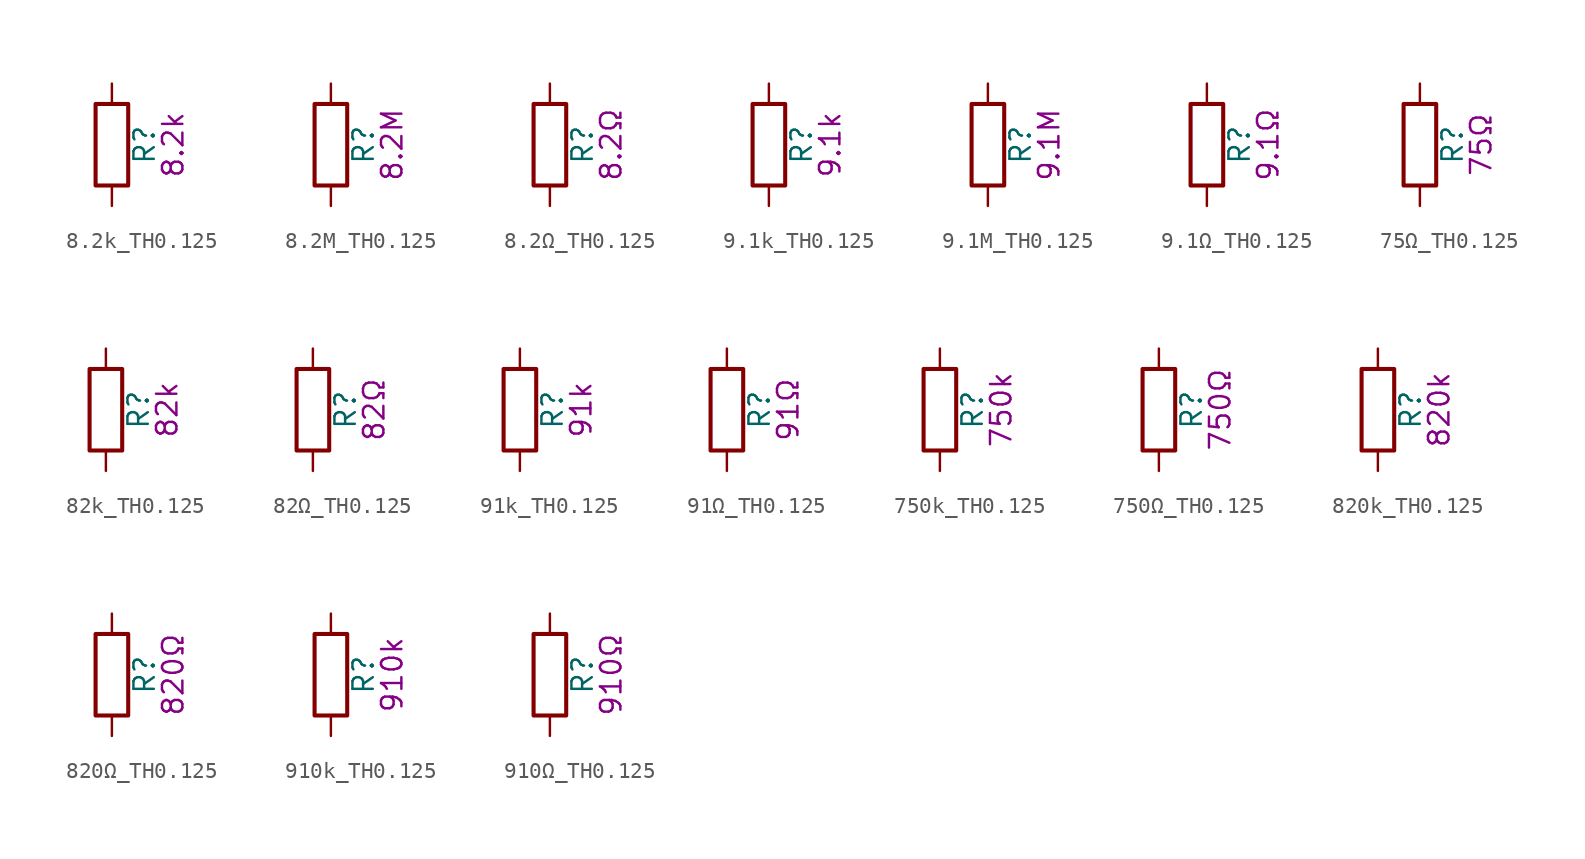
<source format=kicad_sym>
(kicad_symbol_lib
  (version 20211014)
  (generator kicad_symbol_editor)
  (symbol "8.2k_TH0.125"
    (pin_numbers hide)
    (pin_names
      (offset 0))
    (property "Reference" "R"
      (at 2.032 0 90)
      (effects (font (size 1.27 1.27))))
    (property "Display" "8.2k"
      (at 3.81 0 90)
      (effects (font (size 1.27 1.27))))
    (symbol "8.2k_TH0.125_0_1"
      (rectangle (start -1.016 -2.54) (end 1.016 2.54) (stroke (width 0.254) (type default) (color 0 0 0 0)) (fill (type none))))
    (symbol "8.2k_TH0.125_1_1"
      (pin passive line (at 0 3.81 270) (length 1.27) (name "~" (effects (font (size 1.27 1.27)))) (number "1" (effects (font (size 1.27 1.27)))))
      (pin passive line (at 0 -3.81 90) (length 1.27) (name "~" (effects (font (size 1.27 1.27)))) (number "2" (effects (font (size 1.27 1.27)))))))
  (symbol "8.2M_TH0.125"
    (pin_numbers hide)
    (pin_names
      (offset 0))
    (property "Reference" "R"
      (at 2.032 0 90)
      (effects (font (size 1.27 1.27))))
    (property "Display" "8.2M"
      (at 3.81 0 90)
      (effects (font (size 1.27 1.27))))
    (symbol "8.2M_TH0.125_0_1"
      (rectangle (start -1.016 -2.54) (end 1.016 2.54) (stroke (width 0.254) (type default) (color 0 0 0 0)) (fill (type none))))
    (symbol "8.2M_TH0.125_1_1"
      (pin passive line (at 0 3.81 270) (length 1.27) (name "~" (effects (font (size 1.27 1.27)))) (number "1" (effects (font (size 1.27 1.27)))))
      (pin passive line (at 0 -3.81 90) (length 1.27) (name "~" (effects (font (size 1.27 1.27)))) (number "2" (effects (font (size 1.27 1.27)))))))
  (symbol "8.2Ω_TH0.125"
    (pin_numbers hide)
    (pin_names
      (offset 0))
    (property "Reference" "R"
      (at 2.032 0 90)
      (effects (font (size 1.27 1.27))))
    (property "Display" "8.2Ω"
      (at 3.81 0 90)
      (effects (font (size 1.27 1.27))))
    (symbol "8.2Ω_TH0.125_0_1"
      (rectangle (start -1.016 -2.54) (end 1.016 2.54) (stroke (width 0.254) (type default) (color 0 0 0 0)) (fill (type none))))
    (symbol "8.2Ω_TH0.125_1_1"
      (pin passive line (at 0 3.81 270) (length 1.27) (name "~" (effects (font (size 1.27 1.27)))) (number "1" (effects (font (size 1.27 1.27)))))
      (pin passive line (at 0 -3.81 90) (length 1.27) (name "~" (effects (font (size 1.27 1.27)))) (number "2" (effects (font (size 1.27 1.27)))))))
  (symbol "9.1k_TH0.125"
    (pin_numbers hide)
    (pin_names
      (offset 0))
    (property "Reference" "R"
      (at 2.032 0 90)
      (effects (font (size 1.27 1.27))))
    (property "Display" "9.1k"
      (at 3.81 0 90)
      (effects (font (size 1.27 1.27))))
    (symbol "9.1k_TH0.125_0_1"
      (rectangle (start -1.016 -2.54) (end 1.016 2.54) (stroke (width 0.254) (type default) (color 0 0 0 0)) (fill (type none))))
    (symbol "9.1k_TH0.125_1_1"
      (pin passive line (at 0 3.81 270) (length 1.27) (name "~" (effects (font (size 1.27 1.27)))) (number "1" (effects (font (size 1.27 1.27)))))
      (pin passive line (at 0 -3.81 90) (length 1.27) (name "~" (effects (font (size 1.27 1.27)))) (number "2" (effects (font (size 1.27 1.27)))))))
  (symbol "9.1M_TH0.125"
    (pin_numbers hide)
    (pin_names
      (offset 0))
    (property "Reference" "R"
      (at 2.032 0 90)
      (effects (font (size 1.27 1.27))))
    (property "Display" "9.1M"
      (at 3.81 0 90)
      (effects (font (size 1.27 1.27))))
    (symbol "9.1M_TH0.125_0_1"
      (rectangle (start -1.016 -2.54) (end 1.016 2.54) (stroke (width 0.254) (type default) (color 0 0 0 0)) (fill (type none))))
    (symbol "9.1M_TH0.125_1_1"
      (pin passive line (at 0 3.81 270) (length 1.27) (name "~" (effects (font (size 1.27 1.27)))) (number "1" (effects (font (size 1.27 1.27)))))
      (pin passive line (at 0 -3.81 90) (length 1.27) (name "~" (effects (font (size 1.27 1.27)))) (number "2" (effects (font (size 1.27 1.27)))))))
  (symbol "9.1Ω_TH0.125"
    (pin_numbers hide)
    (pin_names
      (offset 0))
    (property "Reference" "R"
      (at 2.032 0 90)
      (effects (font (size 1.27 1.27))))
    (property "Display" "9.1Ω"
      (at 3.81 0 90)
      (effects (font (size 1.27 1.27))))
    (symbol "9.1Ω_TH0.125_0_1"
      (rectangle (start -1.016 -2.54) (end 1.016 2.54) (stroke (width 0.254) (type default) (color 0 0 0 0)) (fill (type none))))
    (symbol "9.1Ω_TH0.125_1_1"
      (pin passive line (at 0 3.81 270) (length 1.27) (name "~" (effects (font (size 1.27 1.27)))) (number "1" (effects (font (size 1.27 1.27)))))
      (pin passive line (at 0 -3.81 90) (length 1.27) (name "~" (effects (font (size 1.27 1.27)))) (number "2" (effects (font (size 1.27 1.27)))))))
  (symbol "75Ω_TH0.125"
    (pin_numbers hide)
    (pin_names
      (offset 0))
    (property "Reference" "R"
      (at 2.032 0 90)
      (effects (font (size 1.27 1.27))))
    (property "Display" "75Ω"
      (at 3.81 0 90)
      (effects (font (size 1.27 1.27))))
    (symbol "75Ω_TH0.125_0_1"
      (rectangle (start -1.016 -2.54) (end 1.016 2.54) (stroke (width 0.254) (type default) (color 0 0 0 0)) (fill (type none))))
    (symbol "75Ω_TH0.125_1_1"
      (pin passive line (at 0 3.81 270) (length 1.27) (name "~" (effects (font (size 1.27 1.27)))) (number "1" (effects (font (size 1.27 1.27)))))
      (pin passive line (at 0 -3.81 90) (length 1.27) (name "~" (effects (font (size 1.27 1.27)))) (number "2" (effects (font (size 1.27 1.27)))))))
  (symbol "82k_TH0.125"
    (pin_numbers hide)
    (pin_names
      (offset 0))
    (property "Reference" "R"
      (at 2.032 0 90)
      (effects (font (size 1.27 1.27))))
    (property "Display" "82k"
      (at 3.81 0 90)
      (effects (font (size 1.27 1.27))))
    (symbol "82k_TH0.125_0_1"
      (rectangle (start -1.016 -2.54) (end 1.016 2.54) (stroke (width 0.254) (type default) (color 0 0 0 0)) (fill (type none))))
    (symbol "82k_TH0.125_1_1"
      (pin passive line (at 0 3.81 270) (length 1.27) (name "~" (effects (font (size 1.27 1.27)))) (number "1" (effects (font (size 1.27 1.27)))))
      (pin passive line (at 0 -3.81 90) (length 1.27) (name "~" (effects (font (size 1.27 1.27)))) (number "2" (effects (font (size 1.27 1.27)))))))
  (symbol "82Ω_TH0.125"
    (pin_numbers hide)
    (pin_names
      (offset 0))
    (property "Reference" "R"
      (at 2.032 0 90)
      (effects (font (size 1.27 1.27))))
    (property "Display" "82Ω"
      (at 3.81 0 90)
      (effects (font (size 1.27 1.27))))
    (symbol "82Ω_TH0.125_0_1"
      (rectangle (start -1.016 -2.54) (end 1.016 2.54) (stroke (width 0.254) (type default) (color 0 0 0 0)) (fill (type none))))
    (symbol "82Ω_TH0.125_1_1"
      (pin passive line (at 0 3.81 270) (length 1.27) (name "~" (effects (font (size 1.27 1.27)))) (number "1" (effects (font (size 1.27 1.27)))))
      (pin passive line (at 0 -3.81 90) (length 1.27) (name "~" (effects (font (size 1.27 1.27)))) (number "2" (effects (font (size 1.27 1.27)))))))
  (symbol "91k_TH0.125"
    (pin_numbers hide)
    (pin_names
      (offset 0))
    (property "Reference" "R"
      (at 2.032 0 90)
      (effects (font (size 1.27 1.27))))
    (property "Display" "91k"
      (at 3.81 0 90)
      (effects (font (size 1.27 1.27))))
    (symbol "91k_TH0.125_0_1"
      (rectangle (start -1.016 -2.54) (end 1.016 2.54) (stroke (width 0.254) (type default) (color 0 0 0 0)) (fill (type none))))
    (symbol "91k_TH0.125_1_1"
      (pin passive line (at 0 3.81 270) (length 1.27) (name "~" (effects (font (size 1.27 1.27)))) (number "1" (effects (font (size 1.27 1.27)))))
      (pin passive line (at 0 -3.81 90) (length 1.27) (name "~" (effects (font (size 1.27 1.27)))) (number "2" (effects (font (size 1.27 1.27)))))))
  (symbol "91Ω_TH0.125"
    (pin_numbers hide)
    (pin_names
      (offset 0))
    (property "Reference" "R"
      (at 2.032 0 90)
      (effects (font (size 1.27 1.27))))
    (property "Display" "91Ω"
      (at 3.81 0 90)
      (effects (font (size 1.27 1.27))))
    (symbol "91Ω_TH0.125_0_1"
      (rectangle (start -1.016 -2.54) (end 1.016 2.54) (stroke (width 0.254) (type default) (color 0 0 0 0)) (fill (type none))))
    (symbol "91Ω_TH0.125_1_1"
      (pin passive line (at 0 3.81 270) (length 1.27) (name "~" (effects (font (size 1.27 1.27)))) (number "1" (effects (font (size 1.27 1.27)))))
      (pin passive line (at 0 -3.81 90) (length 1.27) (name "~" (effects (font (size 1.27 1.27)))) (number "2" (effects (font (size 1.27 1.27)))))))
  (symbol "750k_TH0.125"
    (pin_numbers hide)
    (pin_names
      (offset 0))
    (property "Reference" "R"
      (at 2.032 0 90)
      (effects (font (size 1.27 1.27))))
    (property "Display" "750k"
      (at 3.81 0 90)
      (effects (font (size 1.27 1.27))))
    (symbol "750k_TH0.125_0_1"
      (rectangle (start -1.016 -2.54) (end 1.016 2.54) (stroke (width 0.254) (type default) (color 0 0 0 0)) (fill (type none))))
    (symbol "750k_TH0.125_1_1"
      (pin passive line (at 0 3.81 270) (length 1.27) (name "~" (effects (font (size 1.27 1.27)))) (number "1" (effects (font (size 1.27 1.27)))))
      (pin passive line (at 0 -3.81 90) (length 1.27) (name "~" (effects (font (size 1.27 1.27)))) (number "2" (effects (font (size 1.27 1.27)))))))
  (symbol "750Ω_TH0.125"
    (pin_numbers hide)
    (pin_names
      (offset 0))
    (property "Reference" "R"
      (at 2.032 0 90)
      (effects (font (size 1.27 1.27))))
    (property "Display" "750Ω"
      (at 3.81 0 90)
      (effects (font (size 1.27 1.27))))
    (symbol "750Ω_TH0.125_0_1"
      (rectangle (start -1.016 -2.54) (end 1.016 2.54) (stroke (width 0.254) (type default) (color 0 0 0 0)) (fill (type none))))
    (symbol "750Ω_TH0.125_1_1"
      (pin passive line (at 0 3.81 270) (length 1.27) (name "~" (effects (font (size 1.27 1.27)))) (number "1" (effects (font (size 1.27 1.27)))))
      (pin passive line (at 0 -3.81 90) (length 1.27) (name "~" (effects (font (size 1.27 1.27)))) (number "2" (effects (font (size 1.27 1.27)))))))
  (symbol "820k_TH0.125"
    (pin_numbers hide)
    (pin_names
      (offset 0))
    (property "Reference" "R"
      (at 2.032 0 90)
      (effects (font (size 1.27 1.27))))
    (property "Display" "820k"
      (at 3.81 0 90)
      (effects (font (size 1.27 1.27))))
    (symbol "820k_TH0.125_0_1"
      (rectangle (start -1.016 -2.54) (end 1.016 2.54) (stroke (width 0.254) (type default) (color 0 0 0 0)) (fill (type none))))
    (symbol "820k_TH0.125_1_1"
      (pin passive line (at 0 3.81 270) (length 1.27) (name "~" (effects (font (size 1.27 1.27)))) (number "1" (effects (font (size 1.27 1.27)))))
      (pin passive line (at 0 -3.81 90) (length 1.27) (name "~" (effects (font (size 1.27 1.27)))) (number "2" (effects (font (size 1.27 1.27)))))))
  (symbol "820Ω_TH0.125"
    (pin_numbers hide)
    (pin_names
      (offset 0))
    (property "Reference" "R"
      (at 2.032 0 90)
      (effects (font (size 1.27 1.27))))
    (property "Display" "820Ω"
      (at 3.81 0 90)
      (effects (font (size 1.27 1.27))))
    (symbol "820Ω_TH0.125_0_1"
      (rectangle (start -1.016 -2.54) (end 1.016 2.54) (stroke (width 0.254) (type default) (color 0 0 0 0)) (fill (type none))))
    (symbol "820Ω_TH0.125_1_1"
      (pin passive line (at 0 3.81 270) (length 1.27) (name "~" (effects (font (size 1.27 1.27)))) (number "1" (effects (font (size 1.27 1.27)))))
      (pin passive line (at 0 -3.81 90) (length 1.27) (name "~" (effects (font (size 1.27 1.27)))) (number "2" (effects (font (size 1.27 1.27)))))))
  (symbol "910k_TH0.125"
    (pin_numbers hide)
    (pin_names
      (offset 0))
    (property "Reference" "R"
      (at 2.032 0 90)
      (effects (font (size 1.27 1.27))))
    (property "Display" "910k"
      (at 3.81 0 90)
      (effects (font (size 1.27 1.27))))
    (symbol "910k_TH0.125_0_1"
      (rectangle (start -1.016 -2.54) (end 1.016 2.54) (stroke (width 0.254) (type default) (color 0 0 0 0)) (fill (type none))))
    (symbol "910k_TH0.125_1_1"
      (pin passive line (at 0 3.81 270) (length 1.27) (name "~" (effects (font (size 1.27 1.27)))) (number "1" (effects (font (size 1.27 1.27)))))
      (pin passive line (at 0 -3.81 90) (length 1.27) (name "~" (effects (font (size 1.27 1.27)))) (number "2" (effects (font (size 1.27 1.27)))))))
  (symbol "910Ω_TH0.125"
    (pin_numbers hide)
    (pin_names
      (offset 0))
    (property "Reference" "R"
      (at 2.032 0 90)
      (effects (font (size 1.27 1.27))))
    (property "Display" "910Ω"
      (at 3.81 0 90)
      (effects (font (size 1.27 1.27))))
    (symbol "910Ω_TH0.125_0_1"
      (rectangle (start -1.016 -2.54) (end 1.016 2.54) (stroke (width 0.254) (type default) (color 0 0 0 0)) (fill (type none))))
    (symbol "910Ω_TH0.125_1_1"
      (pin passive line (at 0 3.81 270) (length 1.27) (name "~" (effects (font (size 1.27 1.27)))) (number "1" (effects (font (size 1.27 1.27)))))
      (pin passive line (at 0 -3.81 90) (length 1.27) (name "~" (effects (font (size 1.27 1.27)))) (number "2" (effects (font (size 1.27 1.27))))))))
</source>
